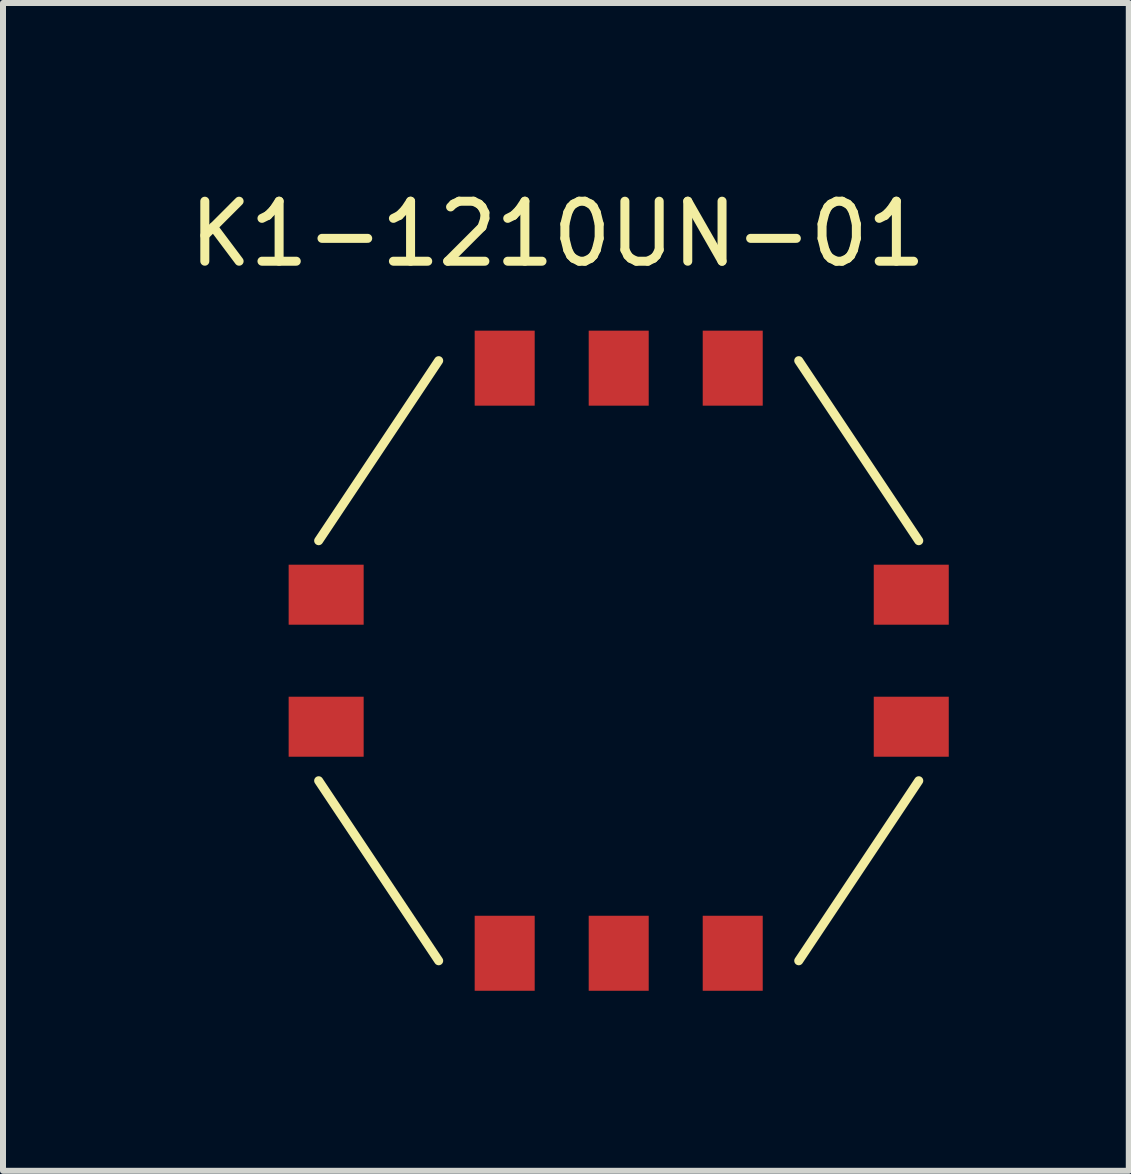
<source format=kicad_pcb>
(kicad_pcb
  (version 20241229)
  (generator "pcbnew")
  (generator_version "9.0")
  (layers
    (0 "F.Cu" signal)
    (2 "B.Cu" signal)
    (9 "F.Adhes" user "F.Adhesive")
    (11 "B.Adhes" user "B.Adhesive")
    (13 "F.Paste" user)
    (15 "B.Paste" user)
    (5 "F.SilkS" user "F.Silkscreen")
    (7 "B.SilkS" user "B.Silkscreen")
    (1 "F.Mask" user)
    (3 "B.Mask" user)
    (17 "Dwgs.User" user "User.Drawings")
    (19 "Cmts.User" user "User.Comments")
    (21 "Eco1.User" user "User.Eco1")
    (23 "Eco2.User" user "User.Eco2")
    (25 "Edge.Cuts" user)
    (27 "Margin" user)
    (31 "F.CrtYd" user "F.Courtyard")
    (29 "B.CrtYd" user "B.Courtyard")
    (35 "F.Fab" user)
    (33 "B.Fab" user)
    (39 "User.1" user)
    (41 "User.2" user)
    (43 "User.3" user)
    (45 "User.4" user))
  (footprint "K1-1210UN-01"
    (layer "F.Cu")
    (at 7.26 7.96)
    (property "Reference" "K1-1210UN-01" (at -1.016 -7.112 0) (layer "F.SilkS") (effects (font (size 1 1) (thickness 0.15))))
    (attr through_hole)
    (fp_line (start -5 -2) (end -3 -5) (stroke (width 0.15) (type solid)) (layer "F.SilkS"))
    (fp_line (start -3 5) (end -5 2) (stroke (width 0.15) (type solid)) (layer "F.SilkS"))
    (fp_line (start 3 -5) (end 5 -2) (stroke (width 0.15) (type solid)) (layer "F.SilkS"))
    (fp_line (start 5 2) (end 3 5) (stroke (width 0.15) (type solid)) (layer "F.SilkS"))
    (pad "1" smd rect (at 4.875 -1.1 90) (size 1 1.25) (layers "F.Cu" "F.Mask" "F.Paste"))
    (pad "2" smd rect (at 4.875 1.1 270) (size 1 1.25) (layers "F.Cu" "F.Mask" "F.Paste"))
    (pad "3" smd rect (at 1.9 4.875) (size 1 1.25) (layers "F.Cu" "F.Mask" "F.Paste"))
    (pad "4" smd rect (at 0 4.875) (size 1 1.25) (layers "F.Cu" "F.Mask" "F.Paste"))
    (pad "5" smd rect (at -1.9 4.875) (size 1 1.25) (layers "F.Cu" "F.Mask" "F.Paste"))
    (pad "6" smd rect (at -4.875 1.1 90) (size 1 1.25) (layers "F.Cu" "F.Mask" "F.Paste"))
    (pad "7" smd rect (at -4.875 -1.1 90) (size 1 1.25) (layers "F.Cu" "F.Mask" "F.Paste"))
    (pad "8" smd rect (at -1.9 -4.875 180) (size 1 1.25) (layers "F.Cu" "F.Mask" "F.Paste"))
    (pad "9" smd rect (at 0 -4.875 180) (size 1 1.25) (layers "F.Cu" "F.Mask" "F.Paste"))
    (pad "10" smd rect (at 1.9 -4.875 180) (size 1 1.25) (layers "F.Cu" "F.Mask" "F.Paste")))
  (gr_rect
    (start -3 -3)
    (end 15.76 16.46)
    (stroke (width 0.1) (type default))
    (fill no)
    (layer "Edge.Cuts")))
</source>
